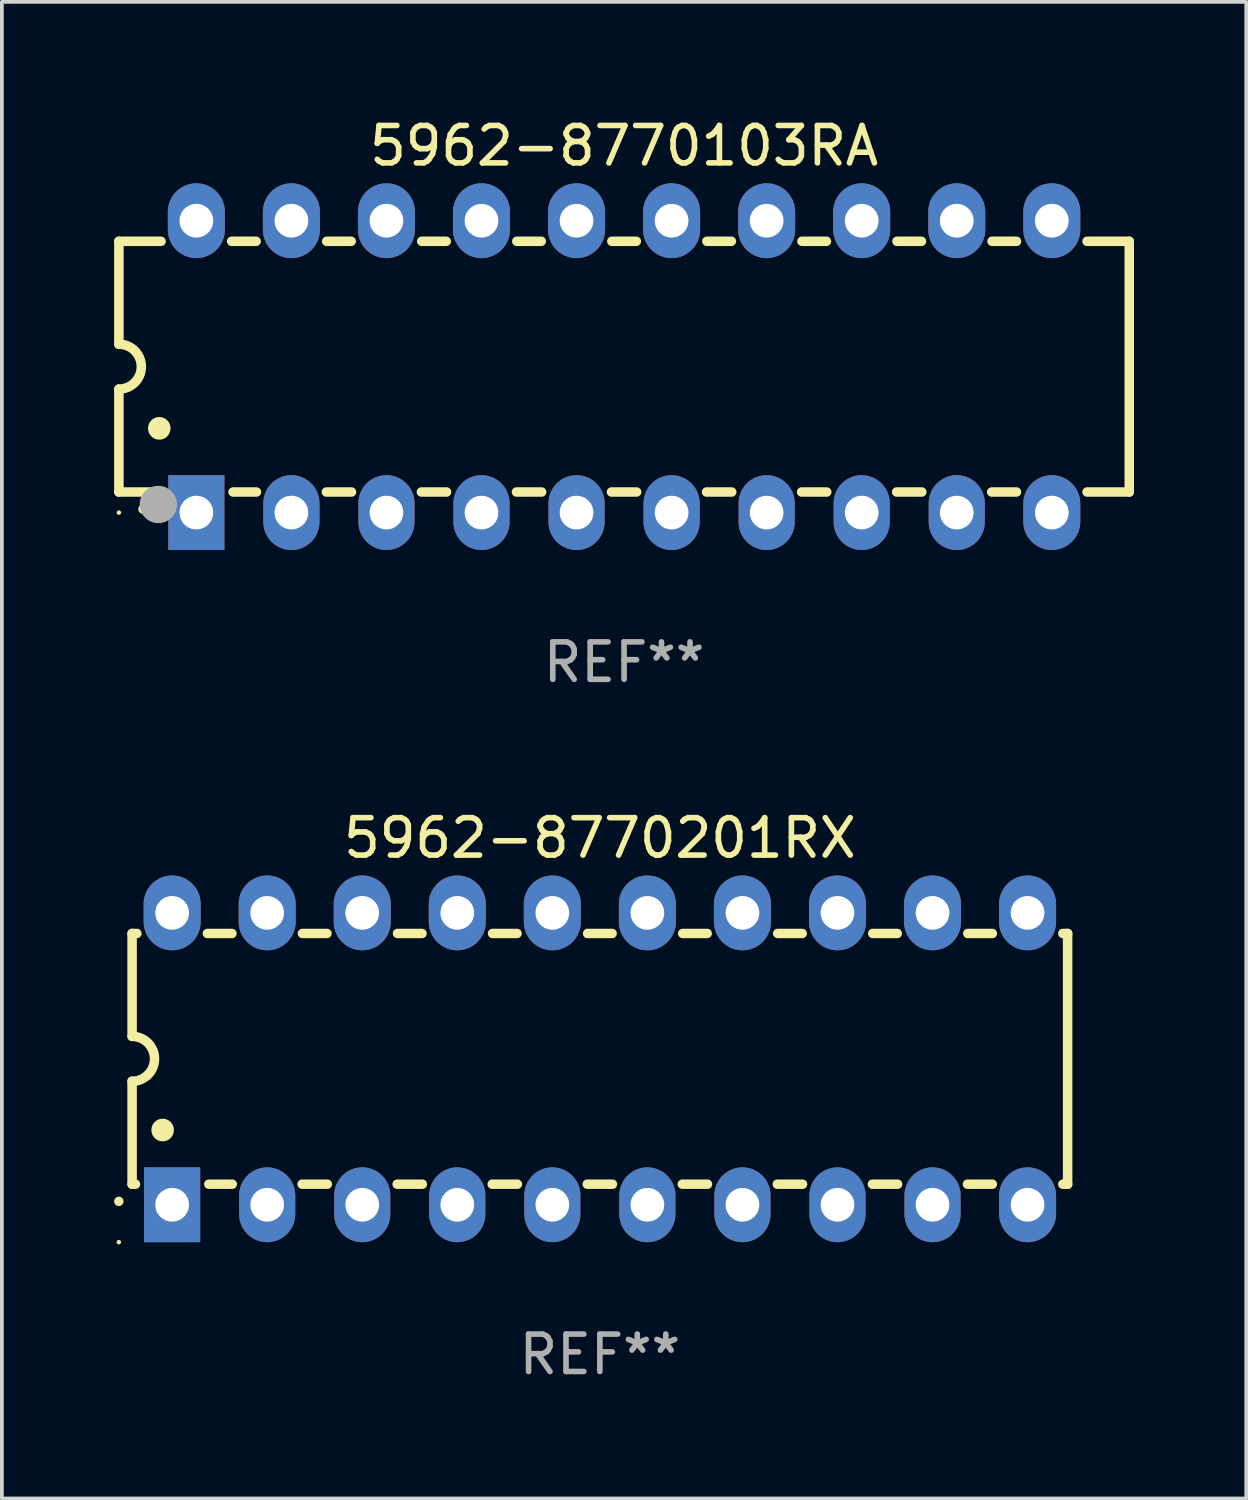
<source format=kicad_pcb>
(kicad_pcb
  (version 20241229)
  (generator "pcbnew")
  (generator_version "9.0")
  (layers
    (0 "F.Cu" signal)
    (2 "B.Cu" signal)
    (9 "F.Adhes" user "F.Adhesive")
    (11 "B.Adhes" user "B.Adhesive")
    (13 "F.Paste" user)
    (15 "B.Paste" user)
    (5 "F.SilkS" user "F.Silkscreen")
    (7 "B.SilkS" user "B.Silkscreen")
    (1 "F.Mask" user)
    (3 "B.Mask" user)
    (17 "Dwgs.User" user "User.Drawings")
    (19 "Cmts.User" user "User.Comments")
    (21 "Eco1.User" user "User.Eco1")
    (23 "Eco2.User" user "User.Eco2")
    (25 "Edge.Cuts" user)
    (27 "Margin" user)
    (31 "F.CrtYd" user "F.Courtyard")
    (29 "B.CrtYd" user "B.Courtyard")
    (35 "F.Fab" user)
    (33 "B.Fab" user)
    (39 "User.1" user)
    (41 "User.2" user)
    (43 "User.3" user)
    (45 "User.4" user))
  (footprint "5962-8770201RX"
    (layer "F.Cu")
    (at 12.98 25.245)
    (property "Reference" "5962-8770201RX" (at 0 -5.9 0) (layer "F.SilkS") (effects (font (size 1 1) (thickness 0.15))))
    (attr through_hole)
    (fp_line (start -12.5 -3.35) (end -12.373 -3.35) (stroke (width 0.254) (type solid)) (layer "F.SilkS"))
    (fp_line (start -12.5 -0.6) (end -12.5 -3.35) (stroke (width 0.254) (type solid)) (layer "F.SilkS"))
    (fp_line (start -12.5 3.35) (end -12.5 0.6) (stroke (width 0.254) (type solid)) (layer "F.SilkS"))
    (fp_line (start -12.5 3.35) (end -12.411 3.35) (stroke (width 0.254) (type solid)) (layer "F.SilkS"))
    (fp_line (start -10.487 -3.35) (end -9.833 -3.35) (stroke (width 0.254) (type solid)) (layer "F.SilkS"))
    (fp_line (start -10.449 3.35) (end -9.824 3.35) (stroke (width 0.254) (type solid)) (layer "F.SilkS"))
    (fp_line (start -7.956 3.35) (end -7.284 3.35) (stroke (width 0.254) (type solid)) (layer "F.SilkS"))
    (fp_line (start -7.947 -3.35) (end -7.293 -3.35) (stroke (width 0.254) (type solid)) (layer "F.SilkS"))
    (fp_line (start -5.416 3.35) (end -4.744 3.35) (stroke (width 0.254) (type solid)) (layer "F.SilkS"))
    (fp_line (start -5.407 -3.35) (end -4.753 -3.35) (stroke (width 0.254) (type solid)) (layer "F.SilkS"))
    (fp_line (start -2.876 3.35) (end -2.204 3.35) (stroke (width 0.254) (type solid)) (layer "F.SilkS"))
    (fp_line (start -2.867 -3.35) (end -2.213 -3.35) (stroke (width 0.254) (type solid)) (layer "F.SilkS"))
    (fp_line (start -0.336 3.35) (end 0.336 3.35) (stroke (width 0.254) (type solid)) (layer "F.SilkS"))
    (fp_line (start -0.327 -3.35) (end 0.327 -3.35) (stroke (width 0.254) (type solid)) (layer "F.SilkS"))
    (fp_line (start 2.204 3.35) (end 2.876 3.35) (stroke (width 0.254) (type solid)) (layer "F.SilkS"))
    (fp_line (start 2.213 -3.35) (end 2.867 -3.35) (stroke (width 0.254) (type solid)) (layer "F.SilkS"))
    (fp_line (start 4.744 3.35) (end 5.416 3.35) (stroke (width 0.254) (type solid)) (layer "F.SilkS"))
    (fp_line (start 4.753 -3.35) (end 5.407 -3.35) (stroke (width 0.254) (type solid)) (layer "F.SilkS"))
    (fp_line (start 7.284 3.35) (end 7.956 3.35) (stroke (width 0.254) (type solid)) (layer "F.SilkS"))
    (fp_line (start 7.293 -3.35) (end 7.947 -3.35) (stroke (width 0.254) (type solid)) (layer "F.SilkS"))
    (fp_line (start 9.824 3.35) (end 10.487 3.35) (stroke (width 0.254) (type solid)) (layer "F.SilkS"))
    (fp_line (start 9.833 -3.35) (end 10.487 -3.35) (stroke (width 0.254) (type solid)) (layer "F.SilkS"))
    (fp_line (start 12.373 -3.35) (end 12.5 -3.35) (stroke (width 0.254) (type solid)) (layer "F.SilkS"))
    (fp_line (start 12.373 3.35) (end 12.5 3.35) (stroke (width 0.254) (type solid)) (layer "F.SilkS"))
    (fp_line (start 12.5 -3.35) (end 12.5 3.35) (stroke (width 0.254) (type solid)) (layer "F.SilkS"))
    (fp_arc (start -12.854966 3.810008) (mid -12.854973 3.808738) (end -12.854966 3.807468) (stroke (width 0.25) (type solid)) (layer "F.SilkS"))
    (fp_arc (start -12.500127 -0.599442) (mid -11.900406 0.000228) (end -12.500025 0.6) (stroke (width 0.254001) (type solid)) (layer "F.SilkS"))
    (fp_arc (start -11.684023 1.905004) (mid -11.684034 1.902464) (end -11.684023 1.899924) (stroke (width 0.6) (type solid)) (layer "F.SilkS"))
    (fp_circle (center -12.855 4.9) (end -12.825 4.9) (stroke (width 0.06) (type solid)) (fill no) (layer "F.SilkS"))
    (fp_text user "REF**" (at 0 7.9 0) (layer "F.Fab") (effects (font (size 1 1) (thickness 0.15))))
    (pad "1" thru_hole rect (at -11.43 3.9 90) (size 2 1.5) (drill 0.9) (layers "*.Cu" "*.Mask"))
    (pad "2" thru_hole oval (at -8.89 3.9 90) (size 2 1.5) (drill 0.9) (layers "*.Cu" "*.Mask"))
    (pad "3" thru_hole oval (at -6.35 3.9 90) (size 2 1.5) (drill 0.9) (layers "*.Cu" "*.Mask"))
    (pad "4" thru_hole oval (at -3.81 3.9 90) (size 2 1.5) (drill 0.9) (layers "*.Cu" "*.Mask"))
    (pad "5" thru_hole oval (at -1.27 3.9 90) (size 2 1.5) (drill 0.9) (layers "*.Cu" "*.Mask"))
    (pad "6" thru_hole oval (at 1.27 3.9 90) (size 2 1.5) (drill 0.9) (layers "*.Cu" "*.Mask"))
    (pad "7" thru_hole oval (at 3.81 3.9 90) (size 2 1.5) (drill 0.9) (layers "*.Cu" "*.Mask"))
    (pad "8" thru_hole oval (at 6.35 3.9 90) (size 2 1.5) (drill 0.9) (layers "*.Cu" "*.Mask"))
    (pad "9" thru_hole oval (at 8.89 3.9 90) (size 2 1.5) (drill 0.9) (layers "*.Cu" "*.Mask"))
    (pad "10" thru_hole oval (at 11.43 3.9 90) (size 2 1.524) (drill 0.9) (layers "*.Cu" "*.Mask"))
    (pad "11" thru_hole oval (at 11.43 -3.9 90) (size 2 1.524) (drill 0.9) (layers "*.Cu" "*.Mask"))
    (pad "12" thru_hole oval (at 8.89 -3.9 90) (size 2 1.524) (drill 0.9) (layers "*.Cu" "*.Mask"))
    (pad "13" thru_hole oval (at 6.35 -3.9 90) (size 2 1.524) (drill 0.9) (layers "*.Cu" "*.Mask"))
    (pad "14" thru_hole oval (at 3.81 -3.9 90) (size 2 1.524) (drill 0.9) (layers "*.Cu" "*.Mask"))
    (pad "15" thru_hole oval (at 1.27 -3.9 90) (size 2 1.524) (drill 0.9) (layers "*.Cu" "*.Mask"))
    (pad "16" thru_hole oval (at -1.27 -3.9 90) (size 2 1.524) (drill 0.9) (layers "*.Cu" "*.Mask"))
    (pad "17" thru_hole oval (at -3.81 -3.9 90) (size 2 1.524) (drill 0.9) (layers "*.Cu" "*.Mask"))
    (pad "18" thru_hole oval (at -6.35 -3.9 90) (size 2 1.524) (drill 0.9) (layers "*.Cu" "*.Mask"))
    (pad "19" thru_hole oval (at -8.89 -3.9 90) (size 2 1.524) (drill 0.9) (layers "*.Cu" "*.Mask"))
    (pad "20" thru_hole oval (at -11.43 -3.9 90) (size 2 1.524) (drill 0.9) (layers "*.Cu" "*.Mask")))
  (footprint "5962-8770103RA"
    (layer "F.Cu")
    (at 13.627 6.748)
    (property "Reference" "5962-8770103RA" (at 0 -5.9 0) (layer "F.SilkS") (effects (font (size 1 1) (thickness 0.15))))
    (attr through_hole)
    (fp_line (start -13.5 -3.35) (end -12.373 -3.35) (stroke (width 0.254) (type solid)) (layer "F.SilkS"))
    (fp_line (start -13.5 -0.6) (end -13.5 -3.35) (stroke (width 0.254) (type solid)) (layer "F.SilkS"))
    (fp_line (start -13.5 3.35) (end -13.5 0.6) (stroke (width 0.254) (type solid)) (layer "F.SilkS"))
    (fp_line (start -13.5 3.35) (end -12.411 3.35) (stroke (width 0.254) (type solid)) (layer "F.SilkS"))
    (fp_line (start -10.487 -3.35) (end -9.833 -3.35) (stroke (width 0.254) (type solid)) (layer "F.SilkS"))
    (fp_line (start -10.449 3.35) (end -9.824 3.35) (stroke (width 0.254) (type solid)) (layer "F.SilkS"))
    (fp_line (start -7.956 3.35) (end -7.284 3.35) (stroke (width 0.254) (type solid)) (layer "F.SilkS"))
    (fp_line (start -7.947 -3.35) (end -7.293 -3.35) (stroke (width 0.254) (type solid)) (layer "F.SilkS"))
    (fp_line (start -5.416 3.35) (end -4.744 3.35) (stroke (width 0.254) (type solid)) (layer "F.SilkS"))
    (fp_line (start -5.407 -3.35) (end -4.753 -3.35) (stroke (width 0.254) (type solid)) (layer "F.SilkS"))
    (fp_line (start -2.876 3.35) (end -2.204 3.35) (stroke (width 0.254) (type solid)) (layer "F.SilkS"))
    (fp_line (start -2.867 -3.35) (end -2.213 -3.35) (stroke (width 0.254) (type solid)) (layer "F.SilkS"))
    (fp_line (start -0.336 3.35) (end 0.336 3.35) (stroke (width 0.254) (type solid)) (layer "F.SilkS"))
    (fp_line (start -0.327 -3.35) (end 0.327 -3.35) (stroke (width 0.254) (type solid)) (layer "F.SilkS"))
    (fp_line (start 2.204 3.35) (end 2.876 3.35) (stroke (width 0.254) (type solid)) (layer "F.SilkS"))
    (fp_line (start 2.213 -3.35) (end 2.867 -3.35) (stroke (width 0.254) (type solid)) (layer "F.SilkS"))
    (fp_line (start 4.744 3.35) (end 5.416 3.35) (stroke (width 0.254) (type solid)) (layer "F.SilkS"))
    (fp_line (start 4.753 -3.35) (end 5.407 -3.35) (stroke (width 0.254) (type solid)) (layer "F.SilkS"))
    (fp_line (start 7.284 3.35) (end 7.956 3.35) (stroke (width 0.254) (type solid)) (layer "F.SilkS"))
    (fp_line (start 7.293 -3.35) (end 7.947 -3.35) (stroke (width 0.254) (type solid)) (layer "F.SilkS"))
    (fp_line (start 9.824 3.35) (end 10.487 3.35) (stroke (width 0.254) (type solid)) (layer "F.SilkS"))
    (fp_line (start 9.833 -3.35) (end 10.487 -3.35) (stroke (width 0.254) (type solid)) (layer "F.SilkS"))
    (fp_line (start 12.373 -3.35) (end 13.5 -3.35) (stroke (width 0.254) (type solid)) (layer "F.SilkS"))
    (fp_line (start 12.373 3.35) (end 13.5 3.35) (stroke (width 0.254) (type solid)) (layer "F.SilkS"))
    (fp_line (start 13.5 -3.35) (end 13.5 3.35) (stroke (width 0.254) (type solid)) (layer "F.SilkS"))
    (fp_arc (start -13.500127 -0.599442) (mid -12.900406 0.000228) (end -13.500025 0.6) (stroke (width 0.254001) (type solid)) (layer "F.SilkS"))
    (fp_arc (start -12.854966 3.810008) (mid -12.854973 3.808738) (end -12.854966 3.807468) (stroke (width 0.25) (type solid)) (layer "F.SilkS"))
    (fp_arc (start -12.420625 1.651003) (mid -12.420636 1.648463) (end -12.420625 1.645923) (stroke (width 0.6) (type solid)) (layer "F.SilkS"))
    (fp_circle (center -13.5 3.9) (end -13.47 3.9) (stroke (width 0.06) (type solid)) (fill no) (layer "F.SilkS"))
    (fp_circle (center -12.446 3.683) (end -12.196 3.683) (stroke (width 0.5) (type solid)) (fill no) (layer "F.Fab"))
    (fp_text user "REF**" (at 0 7.9 0) (layer "F.Fab") (effects (font (size 1 1) (thickness 0.15))))
    (pad "1" thru_hole rect (at -11.43 3.9 90) (size 2 1.5) (drill 0.9) (layers "*.Cu" "*.Mask"))
    (pad "2" thru_hole oval (at -8.89 3.9 90) (size 2 1.5) (drill 0.9) (layers "*.Cu" "*.Mask"))
    (pad "3" thru_hole oval (at -6.35 3.9 90) (size 2 1.5) (drill 0.9) (layers "*.Cu" "*.Mask"))
    (pad "4" thru_hole oval (at -3.81 3.9 90) (size 2 1.5) (drill 0.9) (layers "*.Cu" "*.Mask"))
    (pad "5" thru_hole oval (at -1.27 3.9 90) (size 2 1.5) (drill 0.9) (layers "*.Cu" "*.Mask"))
    (pad "6" thru_hole oval (at 1.27 3.9 90) (size 2 1.5) (drill 0.9) (layers "*.Cu" "*.Mask"))
    (pad "7" thru_hole oval (at 3.81 3.9 90) (size 2 1.5) (drill 0.9) (layers "*.Cu" "*.Mask"))
    (pad "8" thru_hole oval (at 6.35 3.9 90) (size 2 1.5) (drill 0.9) (layers "*.Cu" "*.Mask"))
    (pad "9" thru_hole oval (at 8.89 3.9 90) (size 2 1.5) (drill 0.9) (layers "*.Cu" "*.Mask"))
    (pad "10" thru_hole oval (at 11.43 3.9 90) (size 2 1.524) (drill 0.9) (layers "*.Cu" "*.Mask"))
    (pad "11" thru_hole oval (at 11.43 -3.9 90) (size 2 1.524) (drill 0.9) (layers "*.Cu" "*.Mask"))
    (pad "12" thru_hole oval (at 8.89 -3.9 90) (size 2 1.524) (drill 0.9) (layers "*.Cu" "*.Mask"))
    (pad "13" thru_hole oval (at 6.35 -3.9 90) (size 2 1.524) (drill 0.9) (layers "*.Cu" "*.Mask"))
    (pad "14" thru_hole oval (at 3.81 -3.9 90) (size 2 1.524) (drill 0.9) (layers "*.Cu" "*.Mask"))
    (pad "15" thru_hole oval (at 1.27 -3.9 90) (size 2 1.524) (drill 0.9) (layers "*.Cu" "*.Mask"))
    (pad "16" thru_hole oval (at -1.27 -3.9 90) (size 2 1.524) (drill 0.9) (layers "*.Cu" "*.Mask"))
    (pad "17" thru_hole oval (at -3.81 -3.9 90) (size 2 1.524) (drill 0.9) (layers "*.Cu" "*.Mask"))
    (pad "18" thru_hole oval (at -6.35 -3.9 90) (size 2 1.524) (drill 0.9) (layers "*.Cu" "*.Mask"))
    (pad "19" thru_hole oval (at -8.89 -3.9 90) (size 2 1.524) (drill 0.9) (layers "*.Cu" "*.Mask"))
    (pad "20" thru_hole oval (at -11.43 -3.9 90) (size 2 1.524) (drill 0.9) (layers "*.Cu" "*.Mask")))
  (gr_rect
    (start -3 -3)
    (end 30.254 36.993)
    (stroke (width 0.1) (type default))
    (fill no)
    (layer "Edge.Cuts")))
</source>
